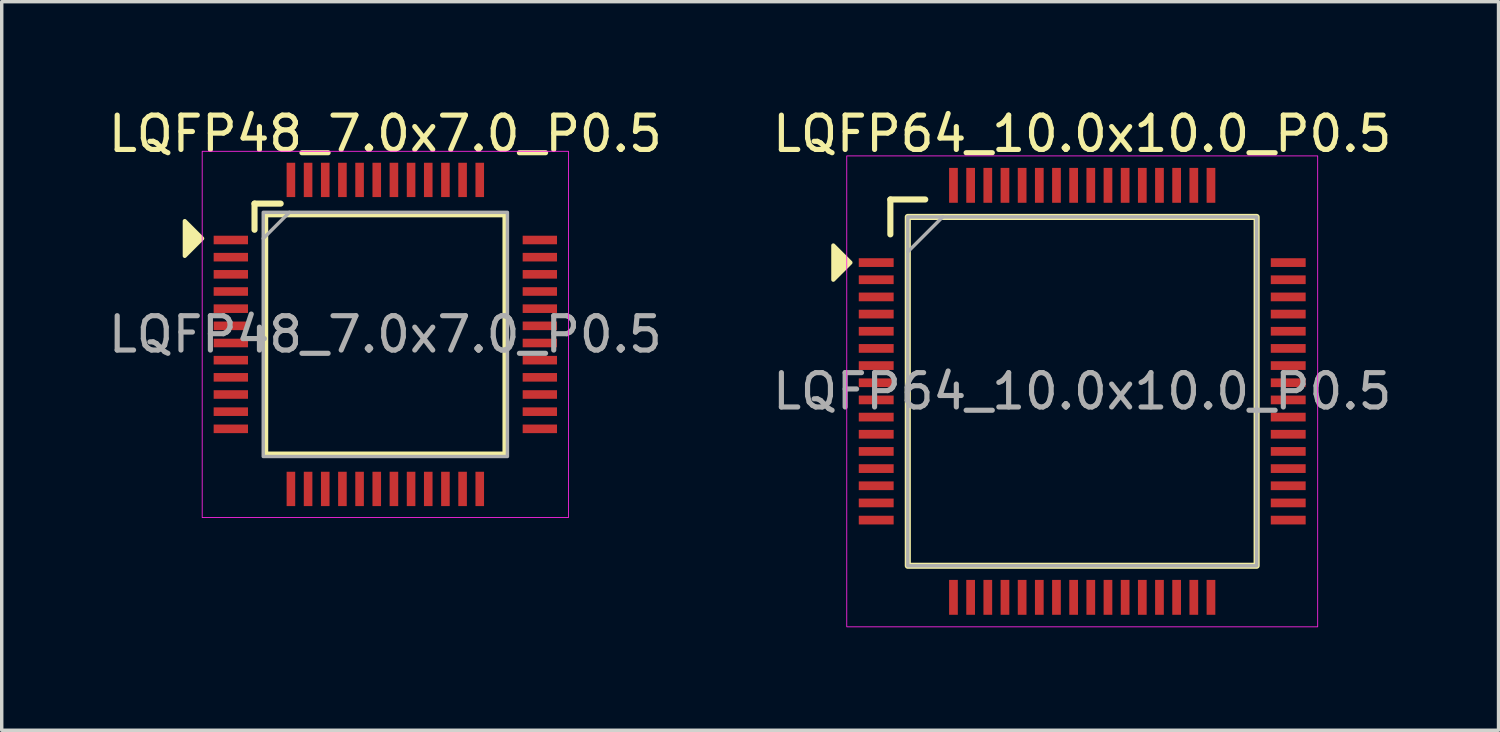
<source format=kicad_pcb>
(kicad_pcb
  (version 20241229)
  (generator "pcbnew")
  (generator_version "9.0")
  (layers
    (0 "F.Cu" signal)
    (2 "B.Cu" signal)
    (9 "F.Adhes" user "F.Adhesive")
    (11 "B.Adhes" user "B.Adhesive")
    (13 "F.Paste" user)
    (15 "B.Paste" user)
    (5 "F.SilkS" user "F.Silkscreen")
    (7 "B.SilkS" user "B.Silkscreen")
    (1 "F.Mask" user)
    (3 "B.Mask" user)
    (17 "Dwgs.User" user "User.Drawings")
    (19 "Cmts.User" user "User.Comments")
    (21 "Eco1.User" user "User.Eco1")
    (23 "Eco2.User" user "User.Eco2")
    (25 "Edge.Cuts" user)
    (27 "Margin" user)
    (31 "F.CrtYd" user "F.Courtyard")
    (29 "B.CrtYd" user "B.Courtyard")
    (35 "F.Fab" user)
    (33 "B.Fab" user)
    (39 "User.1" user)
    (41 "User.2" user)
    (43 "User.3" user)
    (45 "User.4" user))
  (footprint "LQFP48_7.0x7.0_P0.5"
    (layer "F.Cu")
    (at 8.173 6.69)
    (property "Reference" "LQFP48_7.0x7.0_P0.5" (at 0 -5.842 0) (unlocked yes) (layer "F.SilkS") (effects (font (size 1 1) (thickness 0.15))))
    (attr smd)
    (fp_line (start -3.81 -3.81) (end -3.048 -3.81) (stroke (width 0.178) (type solid)) (layer "F.SilkS"))
    (fp_line (start -3.81 -3.048) (end -3.81 -3.81) (stroke (width 0.178) (type solid)) (layer "F.SilkS"))
    (fp_rect (start -3.5 -3.5) (end 3.5 3.5) (stroke (width 0.178) (type solid)) (fill no) (layer "F.SilkS"))
    (fp_poly (pts (xy -5.334 -2.794) (xy -5.842 -2.286) (xy -5.842 -3.302)) (stroke (width 0.12) (type solid)) (fill yes) (layer "F.SilkS"))
    (fp_rect (start -5.334 5.334) (end 5.334 -5.334) (stroke (width 0.025) (type solid)) (fill no) (layer "F.CrtYd"))
    (fp_line (start -3.556 -2.794) (end -2.794 -3.556) (stroke (width 0.1) (type solid)) (layer "F.Fab"))
    (fp_rect (start -3.556 -3.556) (end 3.556 3.556) (stroke (width 0.1) (type solid)) (fill no) (layer "F.Fab"))
    (fp_text user "${REFERENCE}" (at 0 0 0) (unlocked yes) (layer "F.Fab") (effects (font (size 1 1) (thickness 0.15))))
    (pad "1" smd rect (at -4.5 -2.75) (size 1 0.25) (layers "F.Cu" "F.Mask" "F.Paste"))
    (pad "2" smd rect (at -4.5 -2.25) (size 1 0.25) (layers "F.Cu" "F.Mask" "F.Paste"))
    (pad "3" smd rect (at -4.5 -1.75) (size 1 0.25) (layers "F.Cu" "F.Mask" "F.Paste"))
    (pad "4" smd rect (at -4.5 -1.25) (size 1 0.25) (layers "F.Cu" "F.Mask" "F.Paste"))
    (pad "5" smd rect (at -4.5 -0.75) (size 1 0.25) (layers "F.Cu" "F.Mask" "F.Paste"))
    (pad "6" smd rect (at -4.5 -0.25) (size 1 0.25) (layers "F.Cu" "F.Mask" "F.Paste"))
    (pad "7" smd rect (at -4.5 0.25) (size 1 0.25) (layers "F.Cu" "F.Mask" "F.Paste"))
    (pad "8" smd rect (at -4.5 0.75) (size 1 0.25) (layers "F.Cu" "F.Mask" "F.Paste"))
    (pad "9" smd rect (at -4.5 1.25) (size 1 0.25) (layers "F.Cu" "F.Mask" "F.Paste"))
    (pad "10" smd rect (at -4.5 1.75) (size 1 0.25) (layers "F.Cu" "F.Mask" "F.Paste"))
    (pad "11" smd rect (at -4.5 2.25) (size 1 0.25) (layers "F.Cu" "F.Mask" "F.Paste"))
    (pad "12" smd rect (at -4.5 2.75) (size 1 0.25) (layers "F.Cu" "F.Mask" "F.Paste"))
    (pad "13" smd rect (at -2.75 4.5 90) (size 1 0.25) (layers "F.Cu" "F.Mask" "F.Paste"))
    (pad "14" smd rect (at -2.25 4.5 90) (size 1 0.25) (layers "F.Cu" "F.Mask" "F.Paste"))
    (pad "15" smd rect (at -1.75 4.5 90) (size 1 0.25) (layers "F.Cu" "F.Mask" "F.Paste"))
    (pad "16" smd rect (at -1.25 4.5 90) (size 1 0.25) (layers "F.Cu" "F.Mask" "F.Paste"))
    (pad "17" smd rect (at -0.75 4.5 90) (size 1 0.25) (layers "F.Cu" "F.Mask" "F.Paste"))
    (pad "18" smd rect (at -0.25 4.5 90) (size 1 0.25) (layers "F.Cu" "F.Mask" "F.Paste"))
    (pad "19" smd rect (at 0.25 4.5 90) (size 1 0.25) (layers "F.Cu" "F.Mask" "F.Paste"))
    (pad "20" smd rect (at 0.75 4.5 90) (size 1 0.25) (layers "F.Cu" "F.Mask" "F.Paste"))
    (pad "21" smd rect (at 1.25 4.5 90) (size 1 0.25) (layers "F.Cu" "F.Mask" "F.Paste"))
    (pad "22" smd rect (at 1.75 4.5 90) (size 1 0.25) (layers "F.Cu" "F.Mask" "F.Paste"))
    (pad "23" smd rect (at 2.25 4.5 90) (size 1 0.25) (layers "F.Cu" "F.Mask" "F.Paste"))
    (pad "24" smd rect (at 2.75 4.5 90) (size 1 0.25) (layers "F.Cu" "F.Mask" "F.Paste"))
    (pad "25" smd rect (at 4.5 2.75) (size 1 0.25) (layers "F.Cu" "F.Mask" "F.Paste"))
    (pad "26" smd rect (at 4.5 2.25) (size 1 0.25) (layers "F.Cu" "F.Mask" "F.Paste"))
    (pad "27" smd rect (at 4.5 1.75) (size 1 0.25) (layers "F.Cu" "F.Mask" "F.Paste"))
    (pad "28" smd rect (at 4.5 1.25) (size 1 0.25) (layers "F.Cu" "F.Mask" "F.Paste"))
    (pad "29" smd rect (at 4.5 0.75) (size 1 0.25) (layers "F.Cu" "F.Mask" "F.Paste"))
    (pad "30" smd rect (at 4.5 0.25) (size 1 0.25) (layers "F.Cu" "F.Mask" "F.Paste"))
    (pad "31" smd rect (at 4.5 -0.25) (size 1 0.25) (layers "F.Cu" "F.Mask" "F.Paste"))
    (pad "32" smd rect (at 4.5 -0.75) (size 1 0.25) (layers "F.Cu" "F.Mask" "F.Paste"))
    (pad "33" smd rect (at 4.5 -1.25) (size 1 0.25) (layers "F.Cu" "F.Mask" "F.Paste"))
    (pad "34" smd rect (at 4.5 -1.75) (size 1 0.25) (layers "F.Cu" "F.Mask" "F.Paste"))
    (pad "35" smd rect (at 4.5 -2.25) (size 1 0.25) (layers "F.Cu" "F.Mask" "F.Paste"))
    (pad "36" smd rect (at 4.5 -2.75) (size 1 0.25) (layers "F.Cu" "F.Mask" "F.Paste"))
    (pad "37" smd rect (at 2.75 -4.5 90) (size 1 0.25) (layers "F.Cu" "F.Mask" "F.Paste"))
    (pad "38" smd rect (at 2.25 -4.5 90) (size 1 0.25) (layers "F.Cu" "F.Mask" "F.Paste"))
    (pad "39" smd rect (at 1.75 -4.5 90) (size 1 0.25) (layers "F.Cu" "F.Mask" "F.Paste"))
    (pad "40" smd rect (at 1.25 -4.5 90) (size 1 0.25) (layers "F.Cu" "F.Mask" "F.Paste"))
    (pad "41" smd rect (at 0.75 -4.5 90) (size 1 0.25) (layers "F.Cu" "F.Mask" "F.Paste"))
    (pad "42" smd rect (at 0.25 -4.5 90) (size 1 0.25) (layers "F.Cu" "F.Mask" "F.Paste"))
    (pad "43" smd rect (at -0.25 -4.5 90) (size 1 0.25) (layers "F.Cu" "F.Mask" "F.Paste"))
    (pad "44" smd rect (at -0.75 -4.5 90) (size 1 0.25) (layers "F.Cu" "F.Mask" "F.Paste"))
    (pad "45" smd rect (at -1.25 -4.5 90) (size 1 0.25) (layers "F.Cu" "F.Mask" "F.Paste"))
    (pad "46" smd rect (at -1.75 -4.5 90) (size 1 0.25) (layers "F.Cu" "F.Mask" "F.Paste"))
    (pad "47" smd rect (at -2.25 -4.5 90) (size 1 0.25) (layers "F.Cu" "F.Mask" "F.Paste"))
    (pad "48" smd rect (at -2.75 -4.5 90) (size 1 0.25) (layers "F.Cu" "F.Mask" "F.Paste")))
  (footprint "LQFP64_10.0x10.0_P0.5"
    (layer "F.Cu")
    (at 28.47 8.348)
    (property "Reference" "LQFP64_10.0x10.0_P0.5" (at 0 -7.5 0) (unlocked yes) (layer "F.SilkS") (effects (font (size 1 1) (thickness 0.15))))
    (attr smd)
    (fp_line (start -5.588 -5.588) (end -4.572 -5.588) (stroke (width 0.178) (type solid)) (layer "F.SilkS"))
    (fp_line (start -5.588 -4.572) (end -5.588 -5.588) (stroke (width 0.178) (type solid)) (layer "F.SilkS"))
    (fp_rect (start -5.08 -5.08) (end 5.08 5.08) (stroke (width 0.178) (type solid)) (fill no) (layer "F.SilkS"))
    (fp_poly (pts (xy -6.75 -3.75) (xy -7.25 -3.25) (xy -7.25 -4.25)) (stroke (width 0.12) (type solid)) (fill yes) (layer "F.SilkS"))
    (fp_rect (start -6.858 -6.858) (end 6.858 6.858) (stroke (width 0.025) (type solid)) (fill no) (layer "F.CrtYd"))
    (fp_line (start -5.08 -4.064) (end -4.064 -5.08) (stroke (width 0.1) (type solid)) (layer "F.Fab"))
    (fp_rect (start -5.08 5.08) (end 5.08 -5.08) (stroke (width 0.1) (type solid)) (fill no) (layer "F.Fab"))
    (fp_text user "${REFERENCE}" (at 0 0 0) (unlocked yes) (layer "F.Fab") (effects (font (size 1 1) (thickness 0.15))))
    (pad "1" smd rect (at -6 -3.75) (size 1.016 0.254) (layers "F.Cu" "F.Mask" "F.Paste"))
    (pad "2" smd rect (at -6 -3.25) (size 1.016 0.254) (layers "F.Cu" "F.Mask" "F.Paste"))
    (pad "3" smd rect (at -6 -2.75) (size 1.016 0.254) (layers "F.Cu" "F.Mask" "F.Paste"))
    (pad "4" smd rect (at -6 -2.25) (size 1.016 0.254) (layers "F.Cu" "F.Mask" "F.Paste"))
    (pad "5" smd rect (at -6 -1.75) (size 1.016 0.254) (layers "F.Cu" "F.Mask" "F.Paste"))
    (pad "6" smd rect (at -6 -1.25) (size 1.016 0.254) (layers "F.Cu" "F.Mask" "F.Paste"))
    (pad "7" smd rect (at -6 -0.75) (size 1.016 0.254) (layers "F.Cu" "F.Mask" "F.Paste"))
    (pad "8" smd rect (at -6 -0.25) (size 1.016 0.254) (layers "F.Cu" "F.Mask" "F.Paste"))
    (pad "9" smd rect (at -6 0.25) (size 1.016 0.254) (layers "F.Cu" "F.Mask" "F.Paste"))
    (pad "10" smd rect (at -6 0.75) (size 1.016 0.254) (layers "F.Cu" "F.Mask" "F.Paste"))
    (pad "11" smd rect (at -6 1.25) (size 1.016 0.254) (layers "F.Cu" "F.Mask" "F.Paste"))
    (pad "12" smd rect (at -6 1.75) (size 1.016 0.254) (layers "F.Cu" "F.Mask" "F.Paste"))
    (pad "13" smd rect (at -6 2.25) (size 1.016 0.254) (layers "F.Cu" "F.Mask" "F.Paste"))
    (pad "14" smd rect (at -6 2.75) (size 1.016 0.254) (layers "F.Cu" "F.Mask" "F.Paste"))
    (pad "15" smd rect (at -6 3.25) (size 1.016 0.254) (layers "F.Cu" "F.Mask" "F.Paste"))
    (pad "16" smd rect (at -6 3.75) (size 1.016 0.254) (layers "F.Cu" "F.Mask" "F.Paste"))
    (pad "17" smd rect (at -3.75 6 90) (size 1.016 0.254) (layers "F.Cu" "F.Mask" "F.Paste"))
    (pad "18" smd rect (at -3.25 6 90) (size 1.016 0.254) (layers "F.Cu" "F.Mask" "F.Paste"))
    (pad "19" smd rect (at -2.75 6 90) (size 1.016 0.254) (layers "F.Cu" "F.Mask" "F.Paste"))
    (pad "20" smd rect (at -2.25 6 90) (size 1.016 0.254) (layers "F.Cu" "F.Mask" "F.Paste"))
    (pad "21" smd rect (at -1.75 6 90) (size 1.016 0.254) (layers "F.Cu" "F.Mask" "F.Paste"))
    (pad "22" smd rect (at -1.25 6 90) (size 1.016 0.254) (layers "F.Cu" "F.Mask" "F.Paste"))
    (pad "23" smd rect (at -0.75 6 90) (size 1.016 0.254) (layers "F.Cu" "F.Mask" "F.Paste"))
    (pad "24" smd rect (at -0.25 6 90) (size 1.016 0.254) (layers "F.Cu" "F.Mask" "F.Paste"))
    (pad "25" smd rect (at 0.25 6 90) (size 1.016 0.254) (layers "F.Cu" "F.Mask" "F.Paste"))
    (pad "26" smd rect (at 0.75 6 90) (size 1.016 0.254) (layers "F.Cu" "F.Mask" "F.Paste"))
    (pad "27" smd rect (at 1.25 6 90) (size 1.016 0.254) (layers "F.Cu" "F.Mask" "F.Paste"))
    (pad "28" smd rect (at 1.75 6 90) (size 1.016 0.254) (layers "F.Cu" "F.Mask" "F.Paste"))
    (pad "29" smd rect (at 2.25 6 90) (size 1.016 0.254) (layers "F.Cu" "F.Mask" "F.Paste"))
    (pad "30" smd rect (at 2.75 6 90) (size 1.016 0.254) (layers "F.Cu" "F.Mask" "F.Paste"))
    (pad "31" smd rect (at 3.25 6 90) (size 1.016 0.254) (layers "F.Cu" "F.Mask" "F.Paste"))
    (pad "32" smd rect (at 3.75 6 90) (size 1.016 0.254) (layers "F.Cu" "F.Mask" "F.Paste"))
    (pad "33" smd rect (at 6 3.75) (size 1.016 0.254) (layers "F.Cu" "F.Mask" "F.Paste"))
    (pad "34" smd rect (at 6 3.25) (size 1.016 0.254) (layers "F.Cu" "F.Mask" "F.Paste"))
    (pad "35" smd rect (at 6 2.75) (size 1.016 0.254) (layers "F.Cu" "F.Mask" "F.Paste"))
    (pad "36" smd rect (at 6 2.25) (size 1.016 0.254) (layers "F.Cu" "F.Mask" "F.Paste"))
    (pad "37" smd rect (at 6 1.75) (size 1.016 0.254) (layers "F.Cu" "F.Mask" "F.Paste"))
    (pad "38" smd rect (at 6 1.25) (size 1.016 0.254) (layers "F.Cu" "F.Mask" "F.Paste"))
    (pad "39" smd rect (at 6 0.75) (size 1.016 0.254) (layers "F.Cu" "F.Mask" "F.Paste"))
    (pad "40" smd rect (at 6 0.25) (size 1.016 0.254) (layers "F.Cu" "F.Mask" "F.Paste"))
    (pad "41" smd rect (at 6 -0.25) (size 1.016 0.254) (layers "F.Cu" "F.Mask" "F.Paste"))
    (pad "42" smd rect (at 6 -0.75) (size 1.016 0.254) (layers "F.Cu" "F.Mask" "F.Paste"))
    (pad "43" smd rect (at 6 -1.25) (size 1.016 0.254) (layers "F.Cu" "F.Mask" "F.Paste"))
    (pad "44" smd rect (at 6 -1.75) (size 1.016 0.254) (layers "F.Cu" "F.Mask" "F.Paste"))
    (pad "45" smd rect (at 6 -2.25) (size 1.016 0.254) (layers "F.Cu" "F.Mask" "F.Paste"))
    (pad "46" smd rect (at 6 -2.75) (size 1.016 0.254) (layers "F.Cu" "F.Mask" "F.Paste"))
    (pad "47" smd rect (at 6 -3.25) (size 1.016 0.254) (layers "F.Cu" "F.Mask" "F.Paste"))
    (pad "48" smd rect (at 6 -3.75) (size 1.016 0.254) (layers "F.Cu" "F.Mask" "F.Paste"))
    (pad "49" smd rect (at 3.75 -6 90) (size 1.016 0.254) (layers "F.Cu" "F.Mask" "F.Paste"))
    (pad "50" smd rect (at 3.25 -6 90) (size 1.016 0.254) (layers "F.Cu" "F.Mask" "F.Paste"))
    (pad "51" smd rect (at 2.75 -6 90) (size 1.016 0.254) (layers "F.Cu" "F.Mask" "F.Paste"))
    (pad "52" smd rect (at 2.25 -6 90) (size 1.016 0.254) (layers "F.Cu" "F.Mask" "F.Paste"))
    (pad "53" smd rect (at 1.75 -6 90) (size 1.016 0.254) (layers "F.Cu" "F.Mask" "F.Paste"))
    (pad "54" smd rect (at 1.25 -6 90) (size 1.016 0.254) (layers "F.Cu" "F.Mask" "F.Paste"))
    (pad "55" smd rect (at 0.75 -6 90) (size 1.016 0.254) (layers "F.Cu" "F.Mask" "F.Paste"))
    (pad "56" smd rect (at 0.25 -6 90) (size 1.016 0.254) (layers "F.Cu" "F.Mask" "F.Paste"))
    (pad "57" smd rect (at -0.25 -6 90) (size 1.016 0.254) (layers "F.Cu" "F.Mask" "F.Paste"))
    (pad "58" smd rect (at -0.75 -6 90) (size 1.016 0.254) (layers "F.Cu" "F.Mask" "F.Paste"))
    (pad "59" smd rect (at -1.25 -6 90) (size 1.016 0.254) (layers "F.Cu" "F.Mask" "F.Paste"))
    (pad "60" smd rect (at -1.75 -6 90) (size 1.016 0.254) (layers "F.Cu" "F.Mask" "F.Paste"))
    (pad "61" smd rect (at -2.25 -6 90) (size 1.016 0.254) (layers "F.Cu" "F.Mask" "F.Paste"))
    (pad "62" smd rect (at -2.75 -6 90) (size 1.016 0.254) (layers "F.Cu" "F.Mask" "F.Paste"))
    (pad "63" smd rect (at -3.25 -6 90) (size 1.016 0.254) (layers "F.Cu" "F.Mask" "F.Paste"))
    (pad "64" smd rect (at -3.75 -6 90) (size 1.016 0.254) (layers "F.Cu" "F.Mask" "F.Paste")))
  (gr_rect
    (start -3 -3)
    (end 40.595 18.219)
    (stroke (width 0.1) (type default))
    (fill no)
    (layer "Edge.Cuts")))
</source>
